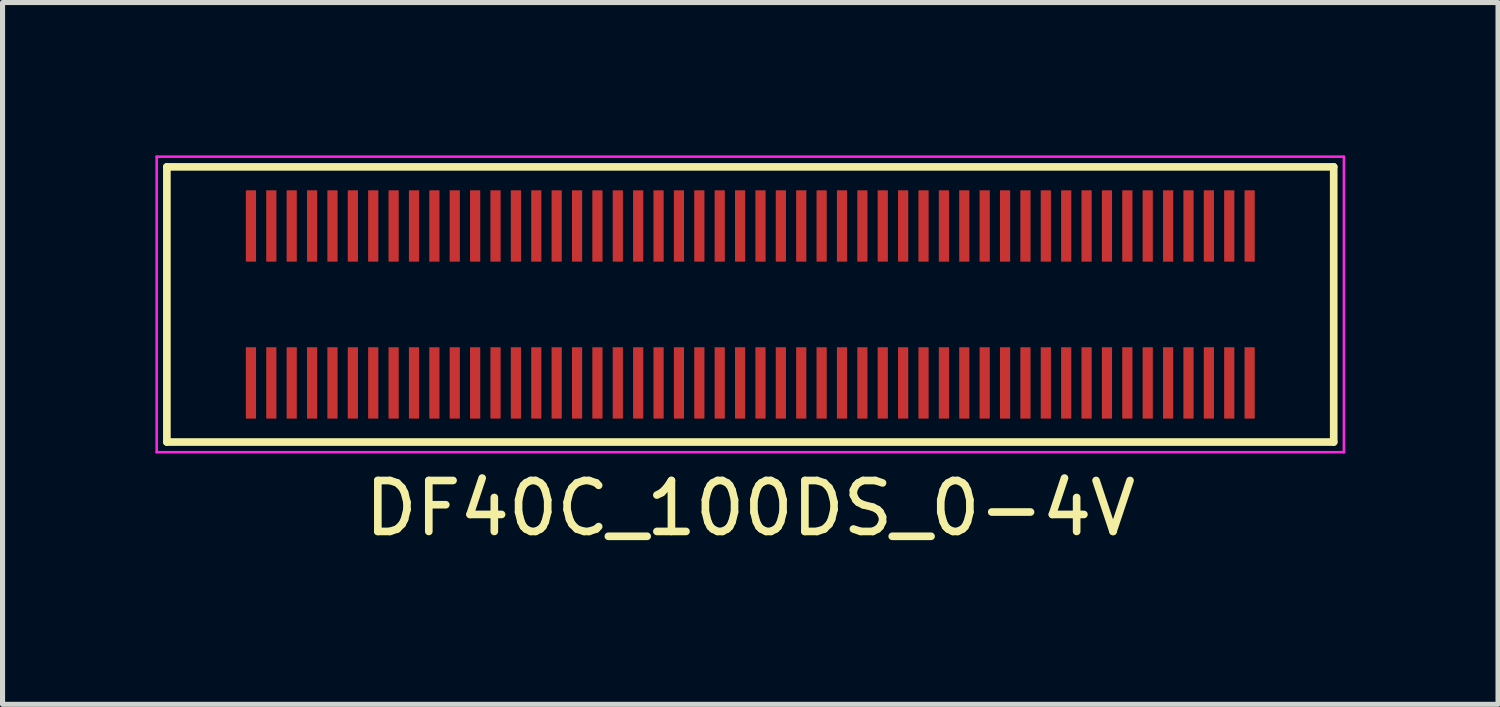
<source format=kicad_pcb>
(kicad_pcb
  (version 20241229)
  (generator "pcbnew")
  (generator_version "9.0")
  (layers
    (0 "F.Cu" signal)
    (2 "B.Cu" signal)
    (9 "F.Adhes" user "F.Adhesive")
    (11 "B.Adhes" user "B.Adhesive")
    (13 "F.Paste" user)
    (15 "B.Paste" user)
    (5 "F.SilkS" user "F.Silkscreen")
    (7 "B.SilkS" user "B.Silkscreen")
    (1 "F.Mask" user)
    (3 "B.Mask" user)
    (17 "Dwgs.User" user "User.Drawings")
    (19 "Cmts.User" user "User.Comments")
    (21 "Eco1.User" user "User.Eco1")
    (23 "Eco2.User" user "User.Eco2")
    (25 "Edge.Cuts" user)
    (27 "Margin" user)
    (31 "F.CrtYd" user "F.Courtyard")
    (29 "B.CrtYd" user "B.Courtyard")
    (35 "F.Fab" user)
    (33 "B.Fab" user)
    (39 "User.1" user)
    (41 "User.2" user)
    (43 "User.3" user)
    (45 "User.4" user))
  (footprint "DF40C_100DS_0-4V"
    (layer "F.Cu")
    (at 11.675 2.925)
    (property "Reference" "DF40C_100DS_0-4V" (at 0 4 0) (layer "F.SilkS") (effects (font (size 1 1) (thickness 0.15))))
    (attr smd)
    (fp_line (start -11.45 -2.7) (end -11.45 2.7) (stroke (width 0.15) (type solid)) (layer "F.SilkS"))
    (fp_line (start -11.45 -2.7) (end 11.45 -2.7) (stroke (width 0.15) (type solid)) (layer "F.SilkS"))
    (fp_line (start 11.45 2.7) (end -11.45 2.7) (stroke (width 0.15) (type solid)) (layer "F.SilkS"))
    (fp_line (start 11.45 2.7) (end 11.45 -2.7) (stroke (width 0.15) (type solid)) (layer "F.SilkS"))
    (fp_line (start -11.65 -2.9) (end -11.65 2.9) (stroke (width 0.05) (type solid)) (layer "F.CrtYd"))
    (fp_line (start -11.65 -2.9) (end 11.65 -2.9) (stroke (width 0.05) (type solid)) (layer "F.CrtYd"))
    (fp_line (start 11.65 2.9) (end -11.65 2.9) (stroke (width 0.05) (type solid)) (layer "F.CrtYd"))
    (fp_line (start 11.65 2.9) (end 11.65 -2.9) (stroke (width 0.05) (type solid)) (layer "F.CrtYd"))
    (pad "1" smd rect (at -9.8 -1.54) (size 0.2 1.4) (layers "F.Cu" "F.Mask" "F.Paste"))
    (pad "2" smd rect (at -9.8 1.54) (size 0.2 1.4) (layers "F.Cu" "F.Mask" "F.Paste"))
    (pad "3" smd rect (at -9.4 -1.54) (size 0.2 1.4) (layers "F.Cu" "F.Mask" "F.Paste"))
    (pad "4" smd rect (at -9.4 1.54) (size 0.2 1.4) (layers "F.Cu" "F.Mask" "F.Paste"))
    (pad "5" smd rect (at -9 -1.54) (size 0.2 1.4) (layers "F.Cu" "F.Mask" "F.Paste"))
    (pad "6" smd rect (at -9 1.54) (size 0.2 1.4) (layers "F.Cu" "F.Mask" "F.Paste"))
    (pad "7" smd rect (at -8.6 -1.54) (size 0.2 1.4) (layers "F.Cu" "F.Mask" "F.Paste"))
    (pad "8" smd rect (at -8.6 1.54) (size 0.2 1.4) (layers "F.Cu" "F.Mask" "F.Paste"))
    (pad "9" smd rect (at -8.2 -1.54) (size 0.2 1.4) (layers "F.Cu" "F.Mask" "F.Paste"))
    (pad "10" smd rect (at -8.2 1.54) (size 0.2 1.4) (layers "F.Cu" "F.Mask" "F.Paste"))
    (pad "11" smd rect (at -7.8 -1.54) (size 0.2 1.4) (layers "F.Cu" "F.Mask" "F.Paste"))
    (pad "12" smd rect (at -7.8 1.54) (size 0.2 1.4) (layers "F.Cu" "F.Mask" "F.Paste"))
    (pad "13" smd rect (at -7.4 -1.54) (size 0.2 1.4) (layers "F.Cu" "F.Mask" "F.Paste"))
    (pad "14" smd rect (at -7.4 1.54) (size 0.2 1.4) (layers "F.Cu" "F.Mask" "F.Paste"))
    (pad "15" smd rect (at -7 -1.54) (size 0.2 1.4) (layers "F.Cu" "F.Mask" "F.Paste"))
    (pad "16" smd rect (at -7 1.54) (size 0.2 1.4) (layers "F.Cu" "F.Mask" "F.Paste"))
    (pad "17" smd rect (at -6.6 -1.54) (size 0.2 1.4) (layers "F.Cu" "F.Mask" "F.Paste"))
    (pad "18" smd rect (at -6.6 1.54) (size 0.2 1.4) (layers "F.Cu" "F.Mask" "F.Paste"))
    (pad "19" smd rect (at -6.2 -1.54) (size 0.2 1.4) (layers "F.Cu" "F.Mask" "F.Paste"))
    (pad "20" smd rect (at -6.2 1.54) (size 0.2 1.4) (layers "F.Cu" "F.Mask" "F.Paste"))
    (pad "21" smd rect (at -5.8 -1.54) (size 0.2 1.4) (layers "F.Cu" "F.Mask" "F.Paste"))
    (pad "22" smd rect (at -5.8 1.54) (size 0.2 1.4) (layers "F.Cu" "F.Mask" "F.Paste"))
    (pad "23" smd rect (at -5.4 -1.54) (size 0.2 1.4) (layers "F.Cu" "F.Mask" "F.Paste"))
    (pad "24" smd rect (at -5.4 1.54) (size 0.2 1.4) (layers "F.Cu" "F.Mask" "F.Paste"))
    (pad "25" smd rect (at -5 -1.54) (size 0.2 1.4) (layers "F.Cu" "F.Mask" "F.Paste"))
    (pad "26" smd rect (at -5 1.54) (size 0.2 1.4) (layers "F.Cu" "F.Mask" "F.Paste"))
    (pad "27" smd rect (at -4.6 -1.54) (size 0.2 1.4) (layers "F.Cu" "F.Mask" "F.Paste"))
    (pad "28" smd rect (at -4.6 1.54) (size 0.2 1.4) (layers "F.Cu" "F.Mask" "F.Paste"))
    (pad "29" smd rect (at -4.2 -1.54) (size 0.2 1.4) (layers "F.Cu" "F.Mask" "F.Paste"))
    (pad "30" smd rect (at -4.2 1.54) (size 0.2 1.4) (layers "F.Cu" "F.Mask" "F.Paste"))
    (pad "31" smd rect (at -3.8 -1.54) (size 0.2 1.4) (layers "F.Cu" "F.Mask" "F.Paste"))
    (pad "32" smd rect (at -3.8 1.54) (size 0.2 1.4) (layers "F.Cu" "F.Mask" "F.Paste"))
    (pad "33" smd rect (at -3.4 -1.54) (size 0.2 1.4) (layers "F.Cu" "F.Mask" "F.Paste"))
    (pad "34" smd rect (at -3.4 1.54) (size 0.2 1.4) (layers "F.Cu" "F.Mask" "F.Paste"))
    (pad "35" smd rect (at -3 -1.54) (size 0.2 1.4) (layers "F.Cu" "F.Mask" "F.Paste"))
    (pad "36" smd rect (at -3 1.54) (size 0.2 1.4) (layers "F.Cu" "F.Mask" "F.Paste"))
    (pad "37" smd rect (at -2.6 -1.54) (size 0.2 1.4) (layers "F.Cu" "F.Mask" "F.Paste"))
    (pad "38" smd rect (at -2.6 1.54) (size 0.2 1.4) (layers "F.Cu" "F.Mask" "F.Paste"))
    (pad "39" smd rect (at -2.2 -1.54) (size 0.2 1.4) (layers "F.Cu" "F.Mask" "F.Paste"))
    (pad "40" smd rect (at -2.2 1.54) (size 0.2 1.4) (layers "F.Cu" "F.Mask" "F.Paste"))
    (pad "41" smd rect (at -1.8 -1.54) (size 0.2 1.4) (layers "F.Cu" "F.Mask" "F.Paste"))
    (pad "42" smd rect (at -1.8 1.54) (size 0.2 1.4) (layers "F.Cu" "F.Mask" "F.Paste"))
    (pad "43" smd rect (at -1.4 -1.54) (size 0.2 1.4) (layers "F.Cu" "F.Mask" "F.Paste"))
    (pad "44" smd rect (at -1.4 1.54) (size 0.2 1.4) (layers "F.Cu" "F.Mask" "F.Paste"))
    (pad "45" smd rect (at -1 -1.54) (size 0.2 1.4) (layers "F.Cu" "F.Mask" "F.Paste"))
    (pad "46" smd rect (at -1 1.54) (size 0.2 1.4) (layers "F.Cu" "F.Mask" "F.Paste"))
    (pad "47" smd rect (at -0.6 -1.54) (size 0.2 1.4) (layers "F.Cu" "F.Mask" "F.Paste"))
    (pad "48" smd rect (at -0.6 1.54) (size 0.2 1.4) (layers "F.Cu" "F.Mask" "F.Paste"))
    (pad "49" smd rect (at -0.2 -1.54) (size 0.2 1.4) (layers "F.Cu" "F.Mask" "F.Paste"))
    (pad "50" smd rect (at -0.2 1.54) (size 0.2 1.4) (layers "F.Cu" "F.Mask" "F.Paste"))
    (pad "51" smd rect (at 0.2 -1.54) (size 0.2 1.4) (layers "F.Cu" "F.Mask" "F.Paste"))
    (pad "52" smd rect (at 0.2 1.54) (size 0.2 1.4) (layers "F.Cu" "F.Mask" "F.Paste"))
    (pad "53" smd rect (at 0.6 -1.54) (size 0.2 1.4) (layers "F.Cu" "F.Mask" "F.Paste"))
    (pad "54" smd rect (at 0.6 1.54) (size 0.2 1.4) (layers "F.Cu" "F.Mask" "F.Paste"))
    (pad "55" smd rect (at 1 -1.54) (size 0.2 1.4) (layers "F.Cu" "F.Mask" "F.Paste"))
    (pad "56" smd rect (at 1 1.54) (size 0.2 1.4) (layers "F.Cu" "F.Mask" "F.Paste"))
    (pad "57" smd rect (at 1.4 -1.54) (size 0.2 1.4) (layers "F.Cu" "F.Mask" "F.Paste"))
    (pad "58" smd rect (at 1.4 1.54) (size 0.2 1.4) (layers "F.Cu" "F.Mask" "F.Paste"))
    (pad "59" smd rect (at 1.8 -1.54) (size 0.2 1.4) (layers "F.Cu" "F.Mask" "F.Paste"))
    (pad "60" smd rect (at 1.8 1.54) (size 0.2 1.4) (layers "F.Cu" "F.Mask" "F.Paste"))
    (pad "61" smd rect (at 2.2 -1.54) (size 0.2 1.4) (layers "F.Cu" "F.Mask" "F.Paste"))
    (pad "62" smd rect (at 2.2 1.54) (size 0.2 1.4) (layers "F.Cu" "F.Mask" "F.Paste"))
    (pad "63" smd rect (at 2.6 -1.54) (size 0.2 1.4) (layers "F.Cu" "F.Mask" "F.Paste"))
    (pad "64" smd rect (at 2.6 1.54) (size 0.2 1.4) (layers "F.Cu" "F.Mask" "F.Paste"))
    (pad "65" smd rect (at 3 -1.54) (size 0.2 1.4) (layers "F.Cu" "F.Mask" "F.Paste"))
    (pad "66" smd rect (at 3 1.54) (size 0.2 1.4) (layers "F.Cu" "F.Mask" "F.Paste"))
    (pad "67" smd rect (at 3.4 -1.54) (size 0.2 1.4) (layers "F.Cu" "F.Mask" "F.Paste"))
    (pad "68" smd rect (at 3.4 1.54) (size 0.2 1.4) (layers "F.Cu" "F.Mask" "F.Paste"))
    (pad "69" smd rect (at 3.8 -1.54) (size 0.2 1.4) (layers "F.Cu" "F.Mask" "F.Paste"))
    (pad "70" smd rect (at 3.8 1.54) (size 0.2 1.4) (layers "F.Cu" "F.Mask" "F.Paste"))
    (pad "71" smd rect (at 4.2 -1.54) (size 0.2 1.4) (layers "F.Cu" "F.Mask" "F.Paste"))
    (pad "72" smd rect (at 4.2 1.54) (size 0.2 1.4) (layers "F.Cu" "F.Mask" "F.Paste"))
    (pad "73" smd rect (at 4.6 -1.54) (size 0.2 1.4) (layers "F.Cu" "F.Mask" "F.Paste"))
    (pad "74" smd rect (at 4.6 1.54) (size 0.2 1.4) (layers "F.Cu" "F.Mask" "F.Paste"))
    (pad "75" smd rect (at 5 -1.54) (size 0.2 1.4) (layers "F.Cu" "F.Mask" "F.Paste"))
    (pad "76" smd rect (at 5 1.54) (size 0.2 1.4) (layers "F.Cu" "F.Mask" "F.Paste"))
    (pad "77" smd rect (at 5.4 -1.54) (size 0.2 1.4) (layers "F.Cu" "F.Mask" "F.Paste"))
    (pad "78" smd rect (at 5.4 1.54) (size 0.2 1.4) (layers "F.Cu" "F.Mask" "F.Paste"))
    (pad "79" smd rect (at 5.8 -1.54) (size 0.2 1.4) (layers "F.Cu" "F.Mask" "F.Paste"))
    (pad "80" smd rect (at 5.8 1.54) (size 0.2 1.4) (layers "F.Cu" "F.Mask" "F.Paste"))
    (pad "81" smd rect (at 6.2 -1.54) (size 0.2 1.4) (layers "F.Cu" "F.Mask" "F.Paste"))
    (pad "82" smd rect (at 6.2 1.54) (size 0.2 1.4) (layers "F.Cu" "F.Mask" "F.Paste"))
    (pad "83" smd rect (at 6.6 -1.54) (size 0.2 1.4) (layers "F.Cu" "F.Mask" "F.Paste"))
    (pad "84" smd rect (at 6.6 1.54) (size 0.2 1.4) (layers "F.Cu" "F.Mask" "F.Paste"))
    (pad "85" smd rect (at 7 -1.54) (size 0.2 1.4) (layers "F.Cu" "F.Mask" "F.Paste"))
    (pad "86" smd rect (at 7 1.54) (size 0.2 1.4) (layers "F.Cu" "F.Mask" "F.Paste"))
    (pad "87" smd rect (at 7.4 -1.54) (size 0.2 1.4) (layers "F.Cu" "F.Mask" "F.Paste"))
    (pad "88" smd rect (at 7.4 1.54) (size 0.2 1.4) (layers "F.Cu" "F.Mask" "F.Paste"))
    (pad "89" smd rect (at 7.8 -1.54) (size 0.2 1.4) (layers "F.Cu" "F.Mask" "F.Paste"))
    (pad "90" smd rect (at 7.8 1.54) (size 0.2 1.4) (layers "F.Cu" "F.Mask" "F.Paste"))
    (pad "91" smd rect (at 8.2 -1.54) (size 0.2 1.4) (layers "F.Cu" "F.Mask" "F.Paste"))
    (pad "92" smd rect (at 8.2 1.54) (size 0.2 1.4) (layers "F.Cu" "F.Mask" "F.Paste"))
    (pad "93" smd rect (at 8.6 -1.54) (size 0.2 1.4) (layers "F.Cu" "F.Mask" "F.Paste"))
    (pad "94" smd rect (at 8.6 1.54) (size 0.2 1.4) (layers "F.Cu" "F.Mask" "F.Paste"))
    (pad "95" smd rect (at 9 -1.54) (size 0.2 1.4) (layers "F.Cu" "F.Mask" "F.Paste"))
    (pad "96" smd rect (at 9 1.54) (size 0.2 1.4) (layers "F.Cu" "F.Mask" "F.Paste"))
    (pad "97" smd rect (at 9.4 -1.54) (size 0.2 1.4) (layers "F.Cu" "F.Mask" "F.Paste"))
    (pad "98" smd rect (at 9.4 1.54) (size 0.2 1.4) (layers "F.Cu" "F.Mask" "F.Paste"))
    (pad "99" smd rect (at 9.8 -1.54) (size 0.2 1.4) (layers "F.Cu" "F.Mask" "F.Paste"))
    (pad "100" smd rect (at 9.8 1.54) (size 0.2 1.4) (layers "F.Cu" "F.Mask" "F.Paste")))
  (gr_rect
    (start -3 -3)
    (end 26.35 10.773)
    (stroke (width 0.1) (type default))
    (fill no)
    (layer "Edge.Cuts")))
</source>
